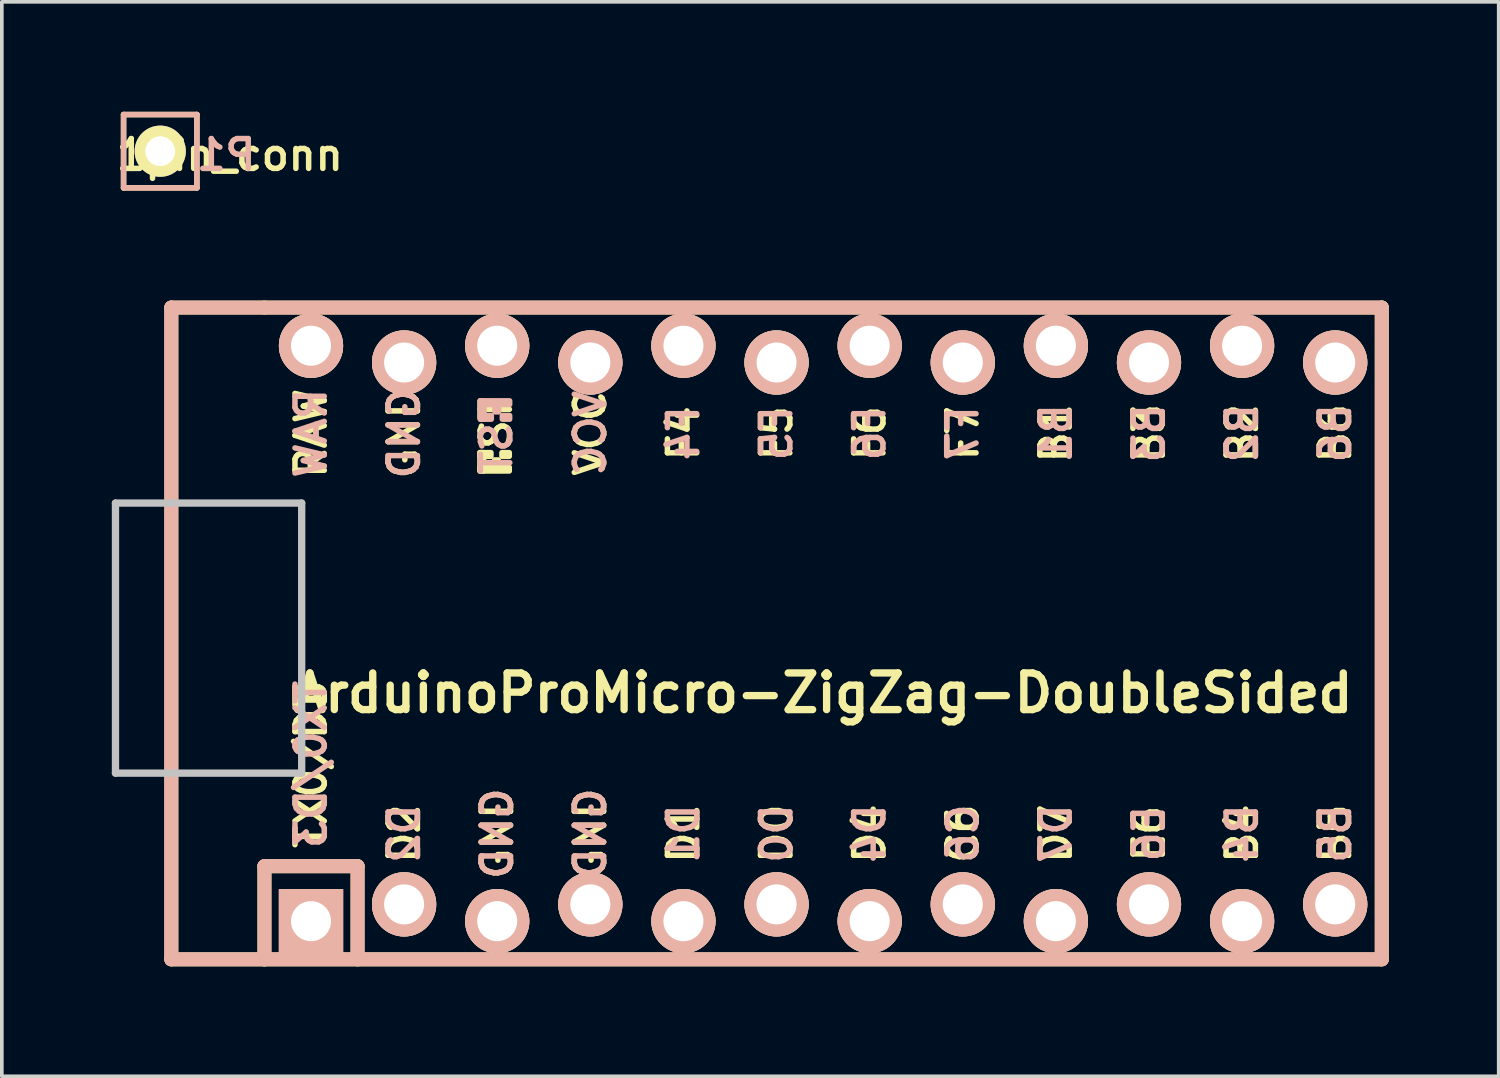
<source format=kicad_pcb>
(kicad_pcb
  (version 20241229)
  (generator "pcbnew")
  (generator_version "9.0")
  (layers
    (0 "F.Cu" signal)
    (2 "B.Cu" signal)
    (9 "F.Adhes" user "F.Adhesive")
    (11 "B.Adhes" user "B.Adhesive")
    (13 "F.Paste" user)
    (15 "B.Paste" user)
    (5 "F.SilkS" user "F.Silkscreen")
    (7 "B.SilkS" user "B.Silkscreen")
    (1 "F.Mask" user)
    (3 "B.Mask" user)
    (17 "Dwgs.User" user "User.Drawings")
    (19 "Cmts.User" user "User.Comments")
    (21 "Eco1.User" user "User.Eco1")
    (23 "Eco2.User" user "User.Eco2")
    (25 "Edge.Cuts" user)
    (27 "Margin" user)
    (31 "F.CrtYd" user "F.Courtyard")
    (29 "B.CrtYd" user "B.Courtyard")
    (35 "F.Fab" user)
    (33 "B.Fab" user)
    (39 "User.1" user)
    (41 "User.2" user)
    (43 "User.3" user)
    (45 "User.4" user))
  (footprint "ArduinoProMicro-ZigZag-DoubleSided"
    (layer "F.Cu")
    (at 19.404 14.23)
    (property "Reference" "ArduinoProMicro-ZigZag-DoubleSided" (at 0 1.625 0) (layer "F.SilkS") (effects (font (size 1 1) (thickness 0.2))))
    (attr through_hole)
    (fp_line (start -17.78 -8.89) (end -17.78 8.89) (stroke (width 0.381) (type solid)) (layer "F.SilkS"))
    (fp_line (start -17.78 8.89) (end -15.24 8.89) (stroke (width 0.381) (type solid)) (layer "F.SilkS"))
    (fp_line (start -15.24 -8.89) (end -17.78 -8.89) (stroke (width 0.381) (type solid)) (layer "F.SilkS"))
    (fp_line (start -15.24 6.35) (end -15.24 8.89) (stroke (width 0.381) (type solid)) (layer "F.SilkS"))
    (fp_line (start -15.24 6.35) (end -12.7 6.35) (stroke (width 0.381) (type solid)) (layer "F.SilkS"))
    (fp_line (start -15.24 8.89) (end 15.24 8.89) (stroke (width 0.381) (type solid)) (layer "F.SilkS"))
    (fp_line (start -12.7 6.35) (end -12.7 8.89) (stroke (width 0.381) (type solid)) (layer "F.SilkS"))
    (fp_line (start 15.24 -8.89) (end -15.24 -8.89) (stroke (width 0.381) (type solid)) (layer "F.SilkS"))
    (fp_line (start 15.24 8.89) (end 15.24 -8.89) (stroke (width 0.381) (type solid)) (layer "F.SilkS"))
    (fp_poly (pts (xy -9.361 -4.932) (xy -9.261 -4.932) (xy -9.261 -4.432) (xy -9.361 -4.432)) (stroke (width 0.15) (type solid)) (fill yes) (layer "F.SilkS"))
    (fp_poly (pts (xy -9.361 -4.932) (xy -9.061 -4.932) (xy -9.061 -4.832) (xy -9.361 -4.832)) (stroke (width 0.15) (type solid)) (fill yes) (layer "F.SilkS"))
    (fp_poly (pts (xy -9.361 -4.532) (xy -8.561 -4.532) (xy -8.561 -4.432) (xy -9.361 -4.432)) (stroke (width 0.15) (type solid)) (fill yes) (layer "F.SilkS"))
    (fp_poly (pts (xy -8.961 -4.732) (xy -8.861 -4.732) (xy -8.861 -4.632) (xy -8.961 -4.632)) (stroke (width 0.15) (type solid)) (fill yes) (layer "F.SilkS"))
    (fp_poly (pts (xy -8.761 -4.932) (xy -8.561 -4.932) (xy -8.561 -4.832) (xy -8.761 -4.832)) (stroke (width 0.15) (type solid)) (fill yes) (layer "F.SilkS"))
    (fp_line (start -17.78 -8.89) (end -17.78 8.89) (stroke (width 0.381) (type solid)) (layer "B.SilkS"))
    (fp_line (start -17.78 8.89) (end 15.24 8.89) (stroke (width 0.381) (type solid)) (layer "B.SilkS"))
    (fp_line (start -15.24 6.35) (end -15.24 8.89) (stroke (width 0.381) (type solid)) (layer "B.SilkS"))
    (fp_line (start -15.24 6.35) (end -12.7 6.35) (stroke (width 0.381) (type solid)) (layer "B.SilkS"))
    (fp_line (start -12.7 6.35) (end -12.7 8.89) (stroke (width 0.381) (type solid)) (layer "B.SilkS"))
    (fp_line (start 15.24 -8.89) (end -17.78 -8.89) (stroke (width 0.381) (type solid)) (layer "B.SilkS"))
    (fp_line (start 15.24 8.89) (end 15.24 -8.89) (stroke (width 0.381) (type solid)) (layer "B.SilkS"))
    (fp_poly (pts (xy -9.351 -6.245) (xy -8.551 -6.245) (xy -8.551 -6.345) (xy -9.351 -6.345)) (stroke (width 0.15) (type solid)) (fill yes) (layer "B.SilkS"))
    (fp_poly (pts (xy -9.351 -5.845) (xy -9.251 -5.845) (xy -9.251 -6.345) (xy -9.351 -6.345)) (stroke (width 0.15) (type solid)) (fill yes) (layer "B.SilkS"))
    (fp_poly (pts (xy -9.351 -5.845) (xy -9.051 -5.845) (xy -9.051 -5.945) (xy -9.351 -5.945)) (stroke (width 0.15) (type solid)) (fill yes) (layer "B.SilkS"))
    (fp_poly (pts (xy -8.951 -6.045) (xy -8.851 -6.045) (xy -8.851 -6.145) (xy -8.951 -6.145)) (stroke (width 0.15) (type solid)) (fill yes) (layer "B.SilkS"))
    (fp_poly (pts (xy -8.751 -5.845) (xy -8.551 -5.845) (xy -8.551 -5.945) (xy -8.751 -5.945)) (stroke (width 0.15) (type solid)) (fill yes) (layer "B.SilkS"))
    (fp_line (start -19.304 -3.556) (end -14.224 -3.556) (stroke (width 0.2) (type solid)) (layer "Dwgs.User"))
    (fp_line (start -19.304 3.81) (end -19.304 -3.556) (stroke (width 0.2) (type solid)) (layer "Dwgs.User"))
    (fp_line (start -14.224 -3.556) (end -14.224 3.81) (stroke (width 0.2) (type solid)) (layer "Dwgs.User"))
    (fp_line (start -14.224 3.81) (end -19.304 3.81) (stroke (width 0.2) (type solid)) (layer "Dwgs.User"))
    (fp_text user "F4" (at -3.81 -5.461 90) (layer "F.SilkS") (effects (font (size 0.8 0.8) (thickness 0.15))))
    (fp_text user "TX0/D3" (at -13.97 3.572 90) (layer "F.SilkS") (effects (font (size 0.8 0.8) (thickness 0.15))))
    (fp_text user "D1" (at -3.81 5.461 90) (layer "F.SilkS") (effects (font (size 0.8 0.8) (thickness 0.15))))
    (fp_text user "D2" (at -11.43 5.461 90) (layer "F.SilkS") (effects (font (size 0.8 0.8) (thickness 0.15))))
    (fp_text user "F7" (at 3.81 -5.461 90) (layer "F.SilkS") (effects (font (size 0.8 0.8) (thickness 0.15))))
    (fp_text user "B1" (at 6.35 -5.461 90) (layer "F.SilkS") (effects (font (size 0.8 0.8) (thickness 0.15))))
    (fp_text user "VCC" (at -6.35 -5.461 90) (layer "F.SilkS") (effects (font (size 0.8 0.8) (thickness 0.15))))
    (fp_text user "D4" (at 1.27 5.461 90) (layer "F.SilkS") (effects (font (size 0.8 0.8) (thickness 0.15))))
    (fp_text user "F5" (at -1.27 -5.461 90) (layer "F.SilkS") (effects (font (size 0.8 0.8) (thickness 0.15))))
    (fp_text user "B5" (at 13.97 5.461 90) (layer "F.SilkS") (effects (font (size 0.8 0.8) (thickness 0.15))))
    (fp_text user "GND" (at -8.89 5.461 90) (layer "F.SilkS") (effects (font (size 0.8 0.8) (thickness 0.15))))
    (fp_text user "RAW" (at -13.97 -5.461 90) (layer "F.SilkS") (effects (font (size 0.8 0.8) (thickness 0.15))))
    (fp_text user "B2" (at 11.43 -5.461 90) (layer "F.SilkS") (effects (font (size 0.8 0.8) (thickness 0.15))))
    (fp_text user "C6" (at 3.81 5.461 90) (layer "F.SilkS") (effects (font (size 0.8 0.8) (thickness 0.15))))
    (fp_text user "ST" (at -8.92 -5.733 90) (layer "F.SilkS") (effects (font (size 0.8 0.8) (thickness 0.15))))
    (fp_text user "GND" (at -11.43 -5.461 90) (layer "F.SilkS") (effects (font (size 0.8 0.8) (thickness 0.15))))
    (fp_text user "E6" (at 8.89 5.461 90) (layer "F.SilkS") (effects (font (size 0.8 0.8) (thickness 0.15))))
    (fp_text user "GND" (at -6.35 5.461 90) (layer "F.SilkS") (effects (font (size 0.8 0.8) (thickness 0.15))))
    (fp_text user "D0" (at -1.27 5.461 90) (layer "F.SilkS") (effects (font (size 0.8 0.8) (thickness 0.15))))
    (fp_text user "B6" (at 13.97 -5.461 90) (layer "F.SilkS") (effects (font (size 0.8 0.8) (thickness 0.15))))
    (fp_text user "F6" (at 1.27 -5.461 90) (layer "F.SilkS") (effects (font (size 0.8 0.8) (thickness 0.15))))
    (fp_text user "B3" (at 8.89 -5.461 90) (layer "F.SilkS") (effects (font (size 0.8 0.8) (thickness 0.15))))
    (fp_text user "B4" (at 11.43 5.461 90) (layer "F.SilkS") (effects (font (size 0.8 0.8) (thickness 0.15))))
    (fp_text user "D7" (at 6.35 5.461 90) (layer "F.SilkS") (effects (font (size 0.8 0.8) (thickness 0.15))))
    (fp_text user "GND" (at -8.89 5.461 90) (layer "B.SilkS") (effects (font (size 0.8 0.8) (thickness 0.15)) (justify mirror)))
    (fp_text user "GND" (at -11.43 -5.461 90) (layer "B.SilkS") (effects (font (size 0.8 0.8) (thickness 0.15)) (justify mirror)))
    (fp_text user "B3" (at 8.89 -5.461 90) (layer "B.SilkS") (effects (font (size 0.8 0.8) (thickness 0.15)) (justify mirror)))
    (fp_text user "F5" (at -1.27 -5.461 90) (layer "B.SilkS") (effects (font (size 0.8 0.8) (thickness 0.15)) (justify mirror)))
    (fp_text user "VCC" (at -6.35 -5.461 90) (layer "B.SilkS") (effects (font (size 0.8 0.8) (thickness 0.15)) (justify mirror)))
    (fp_text user "F7" (at 3.81 -5.461 90) (layer "B.SilkS") (effects (font (size 0.8 0.8) (thickness 0.15)) (justify mirror)))
    (fp_text user "D7" (at 6.35 5.461 90) (layer "B.SilkS") (effects (font (size 0.8 0.8) (thickness 0.15)) (justify mirror)))
    (fp_text user "E6" (at 8.89 5.461 90) (layer "B.SilkS") (effects (font (size 0.8 0.8) (thickness 0.15)) (justify mirror)))
    (fp_text user "D0" (at -1.27 5.461 90) (layer "B.SilkS") (effects (font (size 0.8 0.8) (thickness 0.15)) (justify mirror)))
    (fp_text user "B5" (at 13.97 5.461 90) (layer "B.SilkS") (effects (font (size 0.8 0.8) (thickness 0.15)) (justify mirror)))
    (fp_text user "TX0/D3" (at -13.97 3.572 90) (layer "B.SilkS") (effects (font (size 0.8 0.8) (thickness 0.15)) (justify mirror)))
    (fp_text user "B2" (at 11.43 -5.461 90) (layer "B.SilkS") (effects (font (size 0.8 0.8) (thickness 0.15)) (justify mirror)))
    (fp_text user "D1" (at -3.81 5.461 90) (layer "B.SilkS") (effects (font (size 0.8 0.8) (thickness 0.15)) (justify mirror)))
    (fp_text user "F6" (at 1.27 -5.461 90) (layer "B.SilkS") (effects (font (size 0.8 0.8) (thickness 0.15)) (justify mirror)))
    (fp_text user "RAW" (at -13.97 -5.461 90) (layer "B.SilkS") (effects (font (size 0.8 0.8) (thickness 0.15)) (justify mirror)))
    (fp_text user "D4" (at 1.27 5.461 90) (layer "B.SilkS") (effects (font (size 0.8 0.8) (thickness 0.15)) (justify mirror)))
    (fp_text user "C6" (at 3.81 5.461 90) (layer "B.SilkS") (effects (font (size 0.8 0.8) (thickness 0.15)) (justify mirror)))
    (fp_text user "F4" (at -3.81 -5.461 90) (layer "B.SilkS") (effects (font (size 0.8 0.8) (thickness 0.15)) (justify mirror)))
    (fp_text user "B6" (at 13.97 -5.461 90) (layer "B.SilkS") (effects (font (size 0.8 0.8) (thickness 0.15)) (justify mirror)))
    (fp_text user "B1" (at 6.35 -5.461 90) (layer "B.SilkS") (effects (font (size 0.8 0.8) (thickness 0.15)) (justify mirror)))
    (fp_text user "ST" (at -8.91 -5.04 90) (layer "B.SilkS") (effects (font (size 0.8 0.8) (thickness 0.15)) (justify mirror)))
    (fp_text user "B4" (at 11.43 5.461 90) (layer "B.SilkS") (effects (font (size 0.8 0.8) (thickness 0.15)) (justify mirror)))
    (fp_text user "D2" (at -11.43 5.461 90) (layer "B.SilkS") (effects (font (size 0.8 0.8) (thickness 0.15)) (justify mirror)))
    (fp_text user "GND" (at -6.35 5.461 90) (layer "B.SilkS") (effects (font (size 0.8 0.8) (thickness 0.15)) (justify mirror)))
    (pad "1" thru_hole rect (at -13.97 7.849) (size 1.753 1.753) (drill 1.092) (layers "*.Cu" "*.SilkS" "*.Mask"))
    (pad "2" thru_hole circle (at -11.43 7.391) (size 1.753 1.753) (drill 1.092) (layers "*.Cu" "*.SilkS" "*.Mask"))
    (pad "3" thru_hole circle (at -8.89 7.849) (size 1.753 1.753) (drill 1.092) (layers "*.Cu" "*.SilkS" "*.Mask"))
    (pad "4" thru_hole circle (at -6.35 7.391) (size 1.753 1.753) (drill 1.092) (layers "*.Cu" "*.SilkS" "*.Mask"))
    (pad "5" thru_hole circle (at -3.81 7.849) (size 1.753 1.753) (drill 1.092) (layers "*.Cu" "*.SilkS" "*.Mask"))
    (pad "6" thru_hole circle (at -1.27 7.391) (size 1.753 1.753) (drill 1.092) (layers "*.Cu" "*.SilkS" "*.Mask"))
    (pad "7" thru_hole circle (at 1.27 7.849) (size 1.753 1.753) (drill 1.092) (layers "*.Cu" "*.SilkS" "*.Mask"))
    (pad "8" thru_hole circle (at 3.81 7.391) (size 1.753 1.753) (drill 1.092) (layers "*.Cu" "*.SilkS" "*.Mask"))
    (pad "9" thru_hole circle (at 6.35 7.849) (size 1.753 1.753) (drill 1.092) (layers "*.Cu" "*.SilkS" "*.Mask"))
    (pad "10" thru_hole circle (at 8.89 7.391) (size 1.753 1.753) (drill 1.092) (layers "*.Cu" "*.SilkS" "*.Mask"))
    (pad "11" thru_hole circle (at 11.43 7.849) (size 1.753 1.753) (drill 1.092) (layers "*.Cu" "*.SilkS" "*.Mask"))
    (pad "12" thru_hole circle (at 13.97 7.391) (size 1.753 1.753) (drill 1.092) (layers "*.Cu" "*.SilkS" "*.Mask"))
    (pad "13" thru_hole circle (at 13.97 -7.391) (size 1.753 1.753) (drill 1.092) (layers "*.Cu" "*.SilkS" "*.Mask"))
    (pad "14" thru_hole circle (at 11.43 -7.849) (size 1.753 1.753) (drill 1.092) (layers "*.Cu" "*.SilkS" "*.Mask"))
    (pad "15" thru_hole circle (at 8.89 -7.391) (size 1.753 1.753) (drill 1.092) (layers "*.Cu" "*.SilkS" "*.Mask"))
    (pad "16" thru_hole circle (at 6.35 -7.849) (size 1.753 1.753) (drill 1.092) (layers "*.Cu" "*.SilkS" "*.Mask"))
    (pad "17" thru_hole circle (at 3.81 -7.391) (size 1.753 1.753) (drill 1.092) (layers "*.Cu" "*.SilkS" "*.Mask"))
    (pad "18" thru_hole circle (at 1.27 -7.849) (size 1.753 1.753) (drill 1.092) (layers "*.Cu" "*.SilkS" "*.Mask"))
    (pad "19" thru_hole circle (at -1.27 -7.391) (size 1.753 1.753) (drill 1.092) (layers "*.Cu" "*.SilkS" "*.Mask"))
    (pad "20" thru_hole circle (at -3.81 -7.849) (size 1.753 1.753) (drill 1.092) (layers "*.Cu" "*.SilkS" "*.Mask"))
    (pad "21" thru_hole circle (at -6.35 -7.391) (size 1.753 1.753) (drill 1.092) (layers "*.Cu" "*.SilkS" "*.Mask"))
    (pad "22" thru_hole circle (at -8.89 -7.849) (size 1.753 1.753) (drill 1.092) (layers "*.Cu" "*.SilkS" "*.Mask"))
    (pad "23" thru_hole circle (at -11.43 -7.391) (size 1.753 1.753) (drill 1.092) (layers "*.Cu" "*.SilkS" "*.Mask"))
    (pad "24" thru_hole circle (at -13.97 -7.849) (size 1.753 1.753) (drill 1.092) (layers "*.Cu" "*.SilkS" "*.Mask")))
  (footprint "1pin_conn"
    (layer "F.Cu")
    (at 1.321 1.075)
    (property "Reference" "1pin_conn" (at 1.9 0.1 0) (layer "F.SilkS") (effects (font (size 0.813 0.813) (thickness 0.15))))
    (attr through_hole)
    (fp_line (start -1 -1) (end -1 1) (stroke (width 0.15) (type solid)) (layer "F.SilkS"))
    (fp_line (start -1 1) (end 1 1) (stroke (width 0.15) (type solid)) (layer "F.SilkS"))
    (fp_line (start 1 -1) (end -1 -1) (stroke (width 0.15) (type solid)) (layer "F.SilkS"))
    (fp_line (start 1 1) (end 1 -1) (stroke (width 0.15) (type solid)) (layer "F.SilkS"))
    (fp_line (start -1 -1) (end 1 -1) (stroke (width 0.15) (type solid)) (layer "B.SilkS"))
    (fp_line (start -1 1) (end -1 -1) (stroke (width 0.15) (type solid)) (layer "B.SilkS"))
    (fp_line (start 1 -1) (end 1 1) (stroke (width 0.15) (type solid)) (layer "B.SilkS"))
    (fp_line (start 1 1) (end -1 1) (stroke (width 0.15) (type solid)) (layer "B.SilkS"))
    (fp_text user "P1" (at 1.8 0.1 0) (layer "B.SilkS") (effects (font (size 0.813 0.813) (thickness 0.15)) (justify mirror)))
    (pad "1" thru_hole circle (at 0 0) (size 1.397 1.397) (drill 0.813) (layers "*.Cu" "*.Mask" "F.SilkS")))
  (gr_rect
    (start -3 -3)
    (end 37.834 26.311)
    (stroke (width 0.1) (type default))
    (fill no)
    (layer "Edge.Cuts")))
</source>
